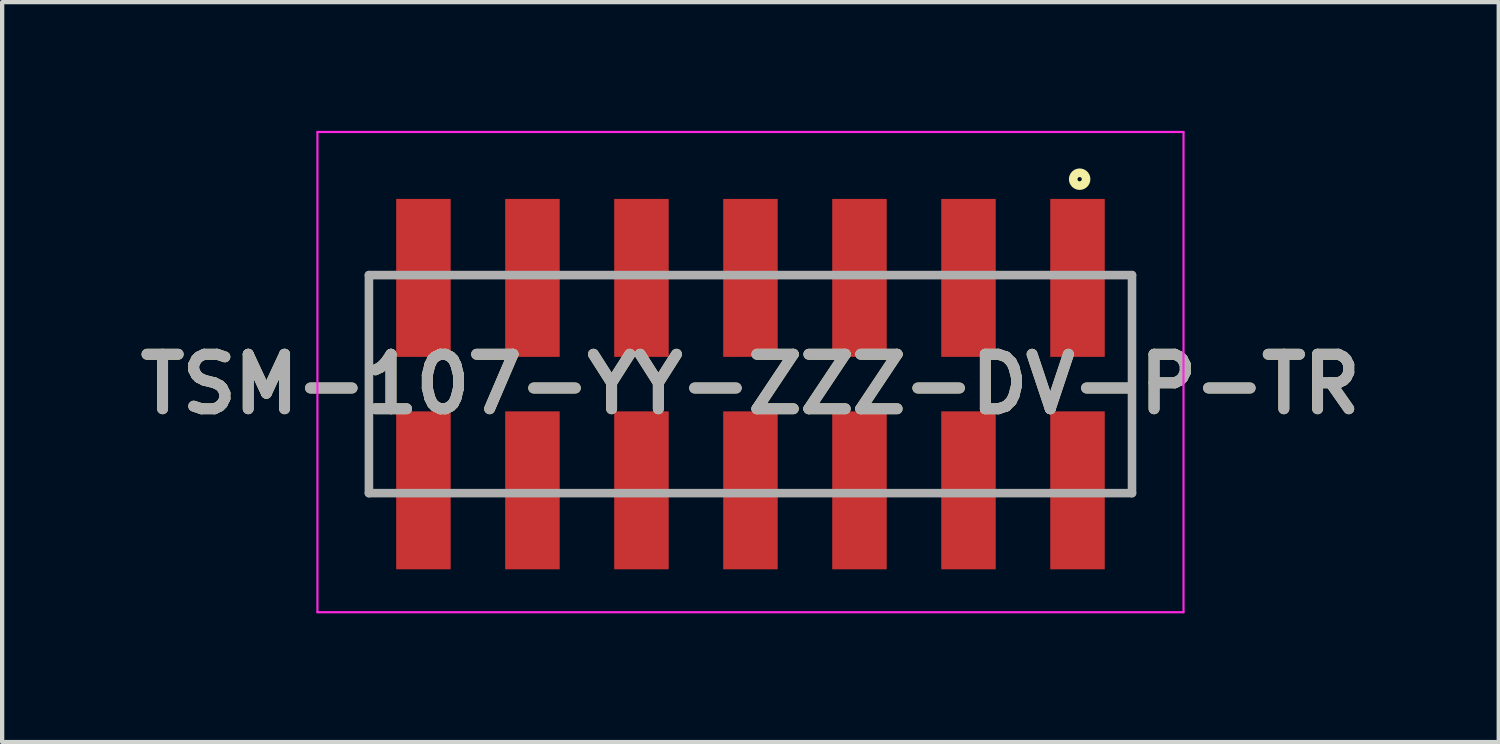
<source format=kicad_pcb>
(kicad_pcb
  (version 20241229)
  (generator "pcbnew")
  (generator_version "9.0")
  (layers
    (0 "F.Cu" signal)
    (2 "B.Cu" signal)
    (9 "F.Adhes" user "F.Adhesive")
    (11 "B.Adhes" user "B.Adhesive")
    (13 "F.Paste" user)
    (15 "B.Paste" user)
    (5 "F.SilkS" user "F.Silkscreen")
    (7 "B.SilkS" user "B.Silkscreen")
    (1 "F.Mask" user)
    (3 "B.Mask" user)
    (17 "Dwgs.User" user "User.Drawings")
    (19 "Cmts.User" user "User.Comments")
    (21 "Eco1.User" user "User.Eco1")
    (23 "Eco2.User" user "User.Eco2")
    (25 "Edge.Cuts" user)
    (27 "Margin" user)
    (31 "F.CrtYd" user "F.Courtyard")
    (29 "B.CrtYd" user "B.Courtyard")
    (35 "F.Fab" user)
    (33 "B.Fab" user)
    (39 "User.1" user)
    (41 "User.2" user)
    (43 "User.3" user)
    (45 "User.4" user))
  (footprint "TSM-107-YY-ZZZ-DV-P-TR"
    (layer "F.Cu")
    (at 14.436 5.9)
    (property "Reference" "TSM-107-YY-ZZZ-DV-P-TR" (at 0 0 0) (layer "F.SilkS") (effects (font (size 1.27 1.27) (thickness 0.254))))
    (attr smd)
    (fp_line (start -8.89 2.54) (end -8.89 -2.54) (stroke (width 0.1) (type solid)) (layer "F.SilkS"))
    (fp_line (start 8.89 -2.54) (end 8.89 2.54) (stroke (width 0.1) (type solid)) (layer "F.SilkS"))
    (fp_circle (center 7.67 -4.775) (end 7.67 -4.725) (stroke (width 0.2) (type solid)) (fill no) (layer "F.SilkS"))
    (fp_line (start -10.09 -5.875) (end 10.09 -5.875) (stroke (width 0.05) (type solid)) (layer "F.CrtYd"))
    (fp_line (start -10.09 5.315) (end -10.09 -5.875) (stroke (width 0.05) (type solid)) (layer "F.CrtYd"))
    (fp_line (start 10.09 -5.875) (end 10.09 5.315) (stroke (width 0.05) (type solid)) (layer "F.CrtYd"))
    (fp_line (start 10.09 5.315) (end -10.09 5.315) (stroke (width 0.05) (type solid)) (layer "F.CrtYd"))
    (fp_line (start -8.89 -2.54) (end 8.89 -2.54) (stroke (width 0.2) (type solid)) (layer "F.Fab"))
    (fp_line (start -8.89 2.54) (end -8.89 -2.54) (stroke (width 0.2) (type solid)) (layer "F.Fab"))
    (fp_line (start 8.89 -2.54) (end 8.89 2.54) (stroke (width 0.2) (type solid)) (layer "F.Fab"))
    (fp_line (start 8.89 2.54) (end -8.89 2.54) (stroke (width 0.2) (type solid)) (layer "F.Fab"))
    (fp_text user "${REFERENCE}" (at 0 0 0) (layer "F.Fab") (effects (font (size 1.27 1.27) (thickness 0.254))))
    (pad "1" smd rect (at 7.62 -2.475) (size 1.27 3.68) (layers "F.Cu" "F.Mask" "F.Paste"))
    (pad "2" smd rect (at 7.62 2.475) (size 1.27 3.68) (layers "F.Cu" "F.Mask" "F.Paste"))
    (pad "3" smd rect (at 5.08 -2.475) (size 1.27 3.68) (layers "F.Cu" "F.Mask" "F.Paste"))
    (pad "4" smd rect (at 5.08 2.475) (size 1.27 3.68) (layers "F.Cu" "F.Mask" "F.Paste"))
    (pad "5" smd rect (at 2.54 -2.475) (size 1.27 3.68) (layers "F.Cu" "F.Mask" "F.Paste"))
    (pad "6" smd rect (at 2.54 2.475) (size 1.27 3.68) (layers "F.Cu" "F.Mask" "F.Paste"))
    (pad "7" smd rect (at 0 -2.475) (size 1.27 3.68) (layers "F.Cu" "F.Mask" "F.Paste"))
    (pad "8" smd rect (at 0 2.475) (size 1.27 3.68) (layers "F.Cu" "F.Mask" "F.Paste"))
    (pad "9" smd rect (at -2.54 -2.475) (size 1.27 3.68) (layers "F.Cu" "F.Mask" "F.Paste"))
    (pad "10" smd rect (at -2.54 2.475) (size 1.27 3.68) (layers "F.Cu" "F.Mask" "F.Paste"))
    (pad "11" smd rect (at -5.08 -2.475) (size 1.27 3.68) (layers "F.Cu" "F.Mask" "F.Paste"))
    (pad "12" smd rect (at -5.08 2.475) (size 1.27 3.68) (layers "F.Cu" "F.Mask" "F.Paste"))
    (pad "13" smd rect (at -7.62 -2.475) (size 1.27 3.68) (layers "F.Cu" "F.Mask" "F.Paste"))
    (pad "14" smd rect (at -7.62 2.475) (size 1.27 3.68) (layers "F.Cu" "F.Mask" "F.Paste")))
  (gr_rect
    (start -3 -3)
    (end 31.871 14.24)
    (stroke (width 0.1) (type default))
    (fill no)
    (layer "Edge.Cuts")))
</source>
